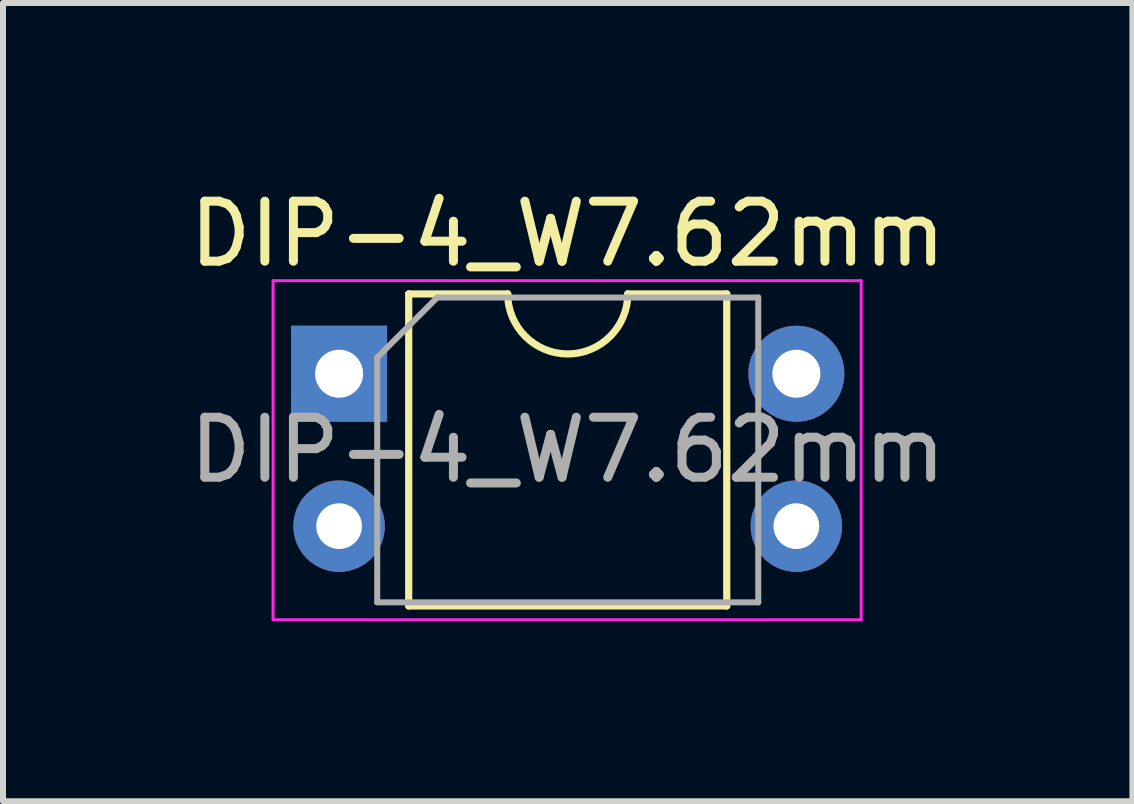
<source format=kicad_pcb>
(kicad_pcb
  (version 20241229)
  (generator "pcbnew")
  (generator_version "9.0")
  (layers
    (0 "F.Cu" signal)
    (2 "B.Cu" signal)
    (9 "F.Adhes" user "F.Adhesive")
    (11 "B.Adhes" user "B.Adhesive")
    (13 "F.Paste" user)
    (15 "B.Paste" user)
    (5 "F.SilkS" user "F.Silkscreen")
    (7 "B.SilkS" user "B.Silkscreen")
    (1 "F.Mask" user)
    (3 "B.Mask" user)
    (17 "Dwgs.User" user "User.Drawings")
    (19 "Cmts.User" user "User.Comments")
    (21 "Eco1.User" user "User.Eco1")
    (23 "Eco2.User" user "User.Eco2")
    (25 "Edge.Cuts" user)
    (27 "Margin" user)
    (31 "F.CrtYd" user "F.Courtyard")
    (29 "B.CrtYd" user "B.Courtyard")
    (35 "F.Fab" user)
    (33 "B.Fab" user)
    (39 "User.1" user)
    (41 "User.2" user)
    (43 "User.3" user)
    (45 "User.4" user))
  (footprint "DIP-4_W7.62mm"
    (layer "F.Cu")
    (at 2.601 3.178)
    (property "Reference" "DIP-4_W7.62mm" (at 3.81 -2.33 0) (layer "F.SilkS") (effects (font (size 1 1) (thickness 0.15))))
    (attr through_hole)
    (fp_line (start 1.16 -1.33) (end 1.16 3.87) (stroke (width 0.12) (type solid)) (layer "F.SilkS"))
    (fp_line (start 1.16 3.87) (end 6.46 3.87) (stroke (width 0.12) (type solid)) (layer "F.SilkS"))
    (fp_line (start 2.81 -1.33) (end 1.16 -1.33) (stroke (width 0.12) (type solid)) (layer "F.SilkS"))
    (fp_line (start 6.46 -1.33) (end 4.81 -1.33) (stroke (width 0.12) (type solid)) (layer "F.SilkS"))
    (fp_line (start 6.46 3.87) (end 6.46 -1.33) (stroke (width 0.12) (type solid)) (layer "F.SilkS"))
    (fp_arc (start 4.81 -1.33) (mid 3.81 -0.33) (end 2.81 -1.33) (stroke (width 0.12) (type solid)) (layer "F.SilkS"))
    (fp_line (start -1.1 -1.55) (end -1.1 4.1) (stroke (width 0.05) (type solid)) (layer "F.CrtYd"))
    (fp_line (start -1.1 4.1) (end 8.7 4.1) (stroke (width 0.05) (type solid)) (layer "F.CrtYd"))
    (fp_line (start 8.7 -1.55) (end -1.1 -1.55) (stroke (width 0.05) (type solid)) (layer "F.CrtYd"))
    (fp_line (start 8.7 4.1) (end 8.7 -1.55) (stroke (width 0.05) (type solid)) (layer "F.CrtYd"))
    (fp_line (start 0.635 -0.27) (end 1.635 -1.27) (stroke (width 0.1) (type solid)) (layer "F.Fab"))
    (fp_line (start 0.635 3.81) (end 0.635 -0.27) (stroke (width 0.1) (type solid)) (layer "F.Fab"))
    (fp_line (start 1.635 -1.27) (end 6.985 -1.27) (stroke (width 0.1) (type solid)) (layer "F.Fab"))
    (fp_line (start 6.985 -1.27) (end 6.985 3.81) (stroke (width 0.1) (type solid)) (layer "F.Fab"))
    (fp_line (start 6.985 3.81) (end 0.635 3.81) (stroke (width 0.1) (type solid)) (layer "F.Fab"))
    (fp_text user "${REFERENCE}" (at 3.81 1.27 0) (layer "F.Fab") (effects (font (size 1 1) (thickness 0.15))))
    (pad "1" thru_hole rect (at 0 0) (size 1.6 1.6) (drill 0.8) (layers "*.Cu" "*.Mask"))
    (pad "2" thru_hole oval (at 7.62 0) (size 1.6 1.6) (drill 0.8) (layers "*.Cu" "*.Mask"))
    (pad "3" thru_hole circle (at 0 2.54) (size 1.524 1.524) (drill 0.762) (layers "*.Cu" "*.Mask"))
    (pad "4" thru_hole circle (at 7.62 2.54) (size 1.524 1.524) (drill 0.762) (layers "*.Cu" "*.Mask")))
  (gr_rect
    (start -3 -3)
    (end 15.821 10.303)
    (stroke (width 0.1) (type default))
    (fill no)
    (layer "Edge.Cuts")))
</source>
